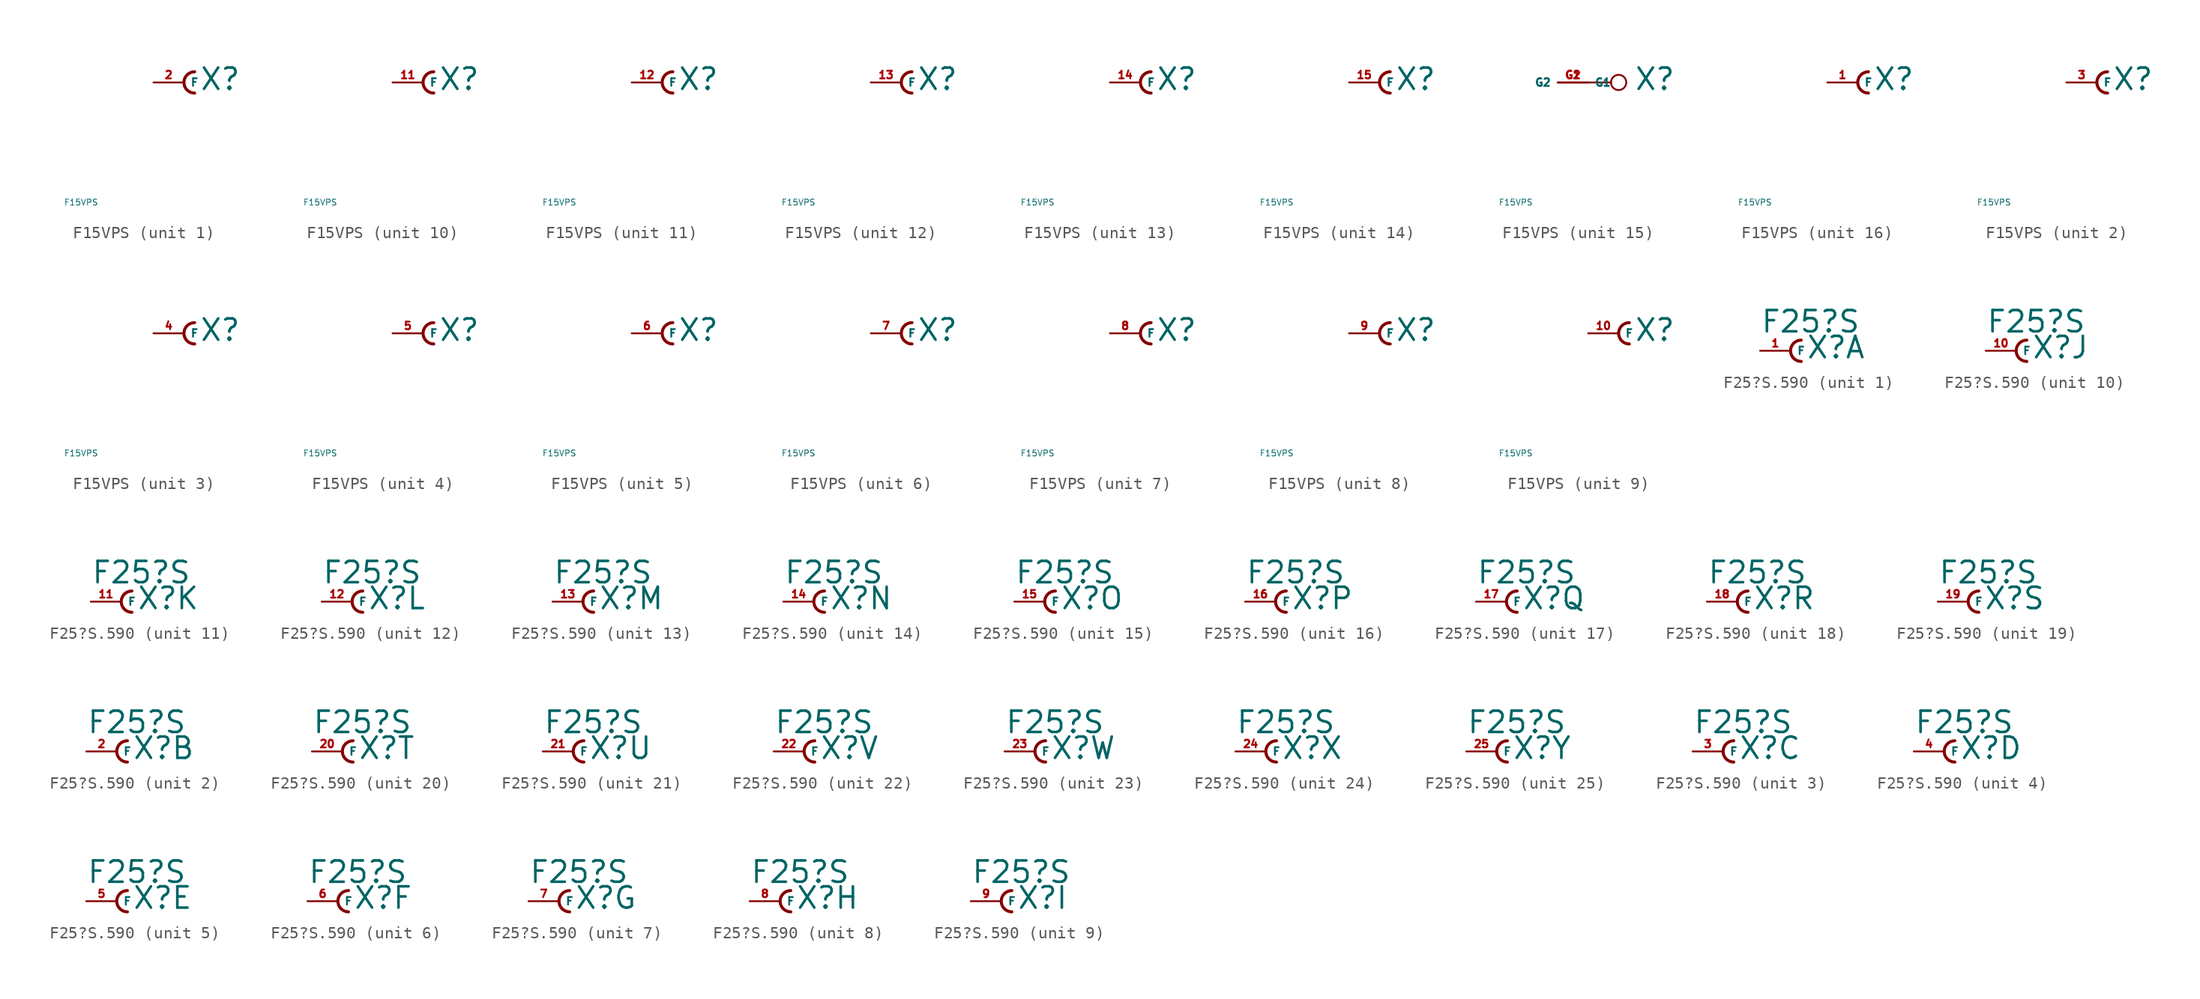
<source format=kicad_sym>
(kicad_symbol_lib
  (version 20220914)
  (generator Eagle2Kicad)
  (symbol "F15VPS"
    (property "Reference" "X"
      (at 1.27 -0.762 0)
      (effects (font (size 1.778 1.778) (thickness 0.22)) (justify left bottom)))
    (property "Value" "F15VPS"
      (at -10 -10 0)
      (effects (font (size 0.5 0.5) (thickness 0.06)) (justify left)))
    (symbol "F15VPS_1_0"
      (arc (start 0.889 0.889) (mid 0.000 0.000) (end 0.889 -0.889) (stroke (width 0.254) (type default)) (fill (type none)))
      (pin passive line (at -2.54 0 0) (length 2.54) (name "F" (effects (font (size 0.635 0.635) (thickness 0.08)) (justify left bottom))) (number "2" (effects (font (size 0.635 0.635) (thickness 0.08)) (justify left bottom)))))
    (symbol "F15VPS_2_0"
      (arc (start 0.889 0.889) (mid 0.000 0.000) (end 0.889 -0.889) (stroke (width 0.254) (type default)) (fill (type none)))
      (pin passive line (at -2.54 0 0) (length 2.54) (name "F" (effects (font (size 0.635 0.635) (thickness 0.08)) (justify left bottom))) (number "3" (effects (font (size 0.635 0.635) (thickness 0.08)) (justify left bottom)))))
    (symbol "F15VPS_3_0"
      (arc (start 0.889 0.889) (mid 0.000 0.000) (end 0.889 -0.889) (stroke (width 0.254) (type default)) (fill (type none)))
      (pin passive line (at -2.54 0 0) (length 2.54) (name "F" (effects (font (size 0.635 0.635) (thickness 0.08)) (justify left bottom))) (number "4" (effects (font (size 0.635 0.635) (thickness 0.08)) (justify left bottom)))))
    (symbol "F15VPS_4_0"
      (arc (start 0.889 0.889) (mid 0.000 0.000) (end 0.889 -0.889) (stroke (width 0.254) (type default)) (fill (type none)))
      (pin passive line (at -2.54 0 0) (length 2.54) (name "F" (effects (font (size 0.635 0.635) (thickness 0.08)) (justify left bottom))) (number "5" (effects (font (size 0.635 0.635) (thickness 0.08)) (justify left bottom)))))
    (symbol "F15VPS_5_0"
      (arc (start 0.889 0.889) (mid 0.000 0.000) (end 0.889 -0.889) (stroke (width 0.254) (type default)) (fill (type none)))
      (pin passive line (at -2.54 0 0) (length 2.54) (name "F" (effects (font (size 0.635 0.635) (thickness 0.08)) (justify left bottom))) (number "6" (effects (font (size 0.635 0.635) (thickness 0.08)) (justify left bottom)))))
    (symbol "F15VPS_6_0"
      (arc (start 0.889 0.889) (mid 0.000 0.000) (end 0.889 -0.889) (stroke (width 0.254) (type default)) (fill (type none)))
      (pin passive line (at -2.54 0 0) (length 2.54) (name "F" (effects (font (size 0.635 0.635) (thickness 0.08)) (justify left bottom))) (number "7" (effects (font (size 0.635 0.635) (thickness 0.08)) (justify left bottom)))))
    (symbol "F15VPS_7_0"
      (arc (start 0.889 0.889) (mid 0.000 0.000) (end 0.889 -0.889) (stroke (width 0.254) (type default)) (fill (type none)))
      (pin passive line (at -2.54 0 0) (length 2.54) (name "F" (effects (font (size 0.635 0.635) (thickness 0.08)) (justify left bottom))) (number "8" (effects (font (size 0.635 0.635) (thickness 0.08)) (justify left bottom)))))
    (symbol "F15VPS_8_0"
      (arc (start 0.889 0.889) (mid 0.000 0.000) (end 0.889 -0.889) (stroke (width 0.254) (type default)) (fill (type none)))
      (pin passive line (at -2.54 0 0) (length 2.54) (name "F" (effects (font (size 0.635 0.635) (thickness 0.08)) (justify left bottom))) (number "9" (effects (font (size 0.635 0.635) (thickness 0.08)) (justify left bottom)))))
    (symbol "F15VPS_9_0"
      (arc (start 0.889 0.889) (mid 0.000 0.000) (end 0.889 -0.889) (stroke (width 0.254) (type default)) (fill (type none)))
      (pin passive line (at -2.54 0 0) (length 2.54) (name "F" (effects (font (size 0.635 0.635) (thickness 0.08)) (justify left bottom))) (number "10" (effects (font (size 0.635 0.635) (thickness 0.08)) (justify left bottom)))))
    (symbol "F15VPS_10_0"
      (arc (start 0.889 0.889) (mid 0.000 0.000) (end 0.889 -0.889) (stroke (width 0.254) (type default)) (fill (type none)))
      (pin passive line (at -2.54 0 0) (length 2.54) (name "F" (effects (font (size 0.635 0.635) (thickness 0.08)) (justify left bottom))) (number "11" (effects (font (size 0.635 0.635) (thickness 0.08)) (justify left bottom)))))
    (symbol "F15VPS_11_0"
      (arc (start 0.889 0.889) (mid 0.000 0.000) (end 0.889 -0.889) (stroke (width 0.254) (type default)) (fill (type none)))
      (pin passive line (at -2.54 0 0) (length 2.54) (name "F" (effects (font (size 0.635 0.635) (thickness 0.08)) (justify left bottom))) (number "12" (effects (font (size 0.635 0.635) (thickness 0.08)) (justify left bottom)))))
    (symbol "F15VPS_12_0"
      (arc (start 0.889 0.889) (mid 0.000 0.000) (end 0.889 -0.889) (stroke (width 0.254) (type default)) (fill (type none)))
      (pin passive line (at -2.54 0 0) (length 2.54) (name "F" (effects (font (size 0.635 0.635) (thickness 0.08)) (justify left bottom))) (number "13" (effects (font (size 0.635 0.635) (thickness 0.08)) (justify left bottom)))))
    (symbol "F15VPS_13_0"
      (arc (start 0.889 0.889) (mid 0.000 0.000) (end 0.889 -0.889) (stroke (width 0.254) (type default)) (fill (type none)))
      (pin passive line (at -2.54 0 0) (length 2.54) (name "F" (effects (font (size 0.635 0.635) (thickness 0.08)) (justify left bottom))) (number "14" (effects (font (size 0.635 0.635) (thickness 0.08)) (justify left bottom)))))
    (symbol "F15VPS_14_0"
      (arc (start 0.889 0.889) (mid 0.000 0.000) (end 0.889 -0.889) (stroke (width 0.254) (type default)) (fill (type none)))
      (pin passive line (at -2.54 0 0) (length 2.54) (name "F" (effects (font (size 0.635 0.635) (thickness 0.08)) (justify left bottom))) (number "15" (effects (font (size 0.635 0.635) (thickness 0.08)) (justify left bottom)))))
    (symbol "F15VPS_15_0"
      (polyline (pts (xy -2.54 0) (xy -0.635 0)) (stroke (width 0.152) (type default)) (fill (type none)))
      (circle (center 0 0) (radius 0.635) (stroke (width 0.152) (type default)) (fill (type none)))
      (pin passive line (at -5.08 0 0) (length 2.54) (name "G1" (effects (font (size 0.635 0.635) (thickness 0.08)) (justify left bottom))) (number "G1" (effects (font (size 0.635 0.635) (thickness 0.08)) (justify left bottom))))
      (pin passive line (at -2.54 0 180) (length 2.54) (name "G2" (effects (font (size 0.635 0.635) (thickness 0.08)) (justify left bottom))) (number "G2" (effects (font (size 0.635 0.635) (thickness 0.08)) (justify left bottom)))))
    (symbol "F15VPS_16_0"
      (arc (start 0.889 0.889) (mid 0.000 0.000) (end 0.889 -0.889) (stroke (width 0.254) (type default)) (fill (type none)))
      (pin passive line (at -2.54 0 0) (length 2.54) (name "F" (effects (font (size 0.635 0.635) (thickness 0.08)) (justify left bottom))) (number "1" (effects (font (size 0.635 0.635) (thickness 0.08)) (justify left bottom))))))
  (symbol "F25?S.590"
    (property "Reference" "X"
      (at 1.27 -0.762 0)
      (effects (font (size 1.778 1.778) (thickness 0.22)) (justify left bottom)))
    (property "Value" "F25?S"
      (at -2.54 1.397 0)
      (effects (font (size 1.778 1.778) (thickness 0.22)) (justify left bottom)))
    (symbol "F25?S.590_1_0"
      (arc (start 0.889 0.889) (mid 0.000 0.000) (end 0.889 -0.889) (stroke (width 0.254) (type default)) (fill (type none)))
      (pin passive line (at -2.54 0 0) (length 2.54) (name "F" (effects (font (size 0.635 0.635) (thickness 0.08)) (justify left bottom))) (number "1" (effects (font (size 0.635 0.635) (thickness 0.08)) (justify left bottom)))))
    (symbol "F25?S.590_2_0"
      (arc (start 0.889 0.889) (mid 0.000 0.000) (end 0.889 -0.889) (stroke (width 0.254) (type default)) (fill (type none)))
      (pin passive line (at -2.54 0 0) (length 2.54) (name "F" (effects (font (size 0.635 0.635) (thickness 0.08)) (justify left bottom))) (number "2" (effects (font (size 0.635 0.635) (thickness 0.08)) (justify left bottom)))))
    (symbol "F25?S.590_3_0"
      (arc (start 0.889 0.889) (mid 0.000 0.000) (end 0.889 -0.889) (stroke (width 0.254) (type default)) (fill (type none)))
      (pin passive line (at -2.54 0 0) (length 2.54) (name "F" (effects (font (size 0.635 0.635) (thickness 0.08)) (justify left bottom))) (number "3" (effects (font (size 0.635 0.635) (thickness 0.08)) (justify left bottom)))))
    (symbol "F25?S.590_4_0"
      (arc (start 0.889 0.889) (mid 0.000 0.000) (end 0.889 -0.889) (stroke (width 0.254) (type default)) (fill (type none)))
      (pin passive line (at -2.54 0 0) (length 2.54) (name "F" (effects (font (size 0.635 0.635) (thickness 0.08)) (justify left bottom))) (number "4" (effects (font (size 0.635 0.635) (thickness 0.08)) (justify left bottom)))))
    (symbol "F25?S.590_5_0"
      (arc (start 0.889 0.889) (mid 0.000 0.000) (end 0.889 -0.889) (stroke (width 0.254) (type default)) (fill (type none)))
      (pin passive line (at -2.54 0 0) (length 2.54) (name "F" (effects (font (size 0.635 0.635) (thickness 0.08)) (justify left bottom))) (number "5" (effects (font (size 0.635 0.635) (thickness 0.08)) (justify left bottom)))))
    (symbol "F25?S.590_6_0"
      (arc (start 0.889 0.889) (mid 0.000 0.000) (end 0.889 -0.889) (stroke (width 0.254) (type default)) (fill (type none)))
      (pin passive line (at -2.54 0 0) (length 2.54) (name "F" (effects (font (size 0.635 0.635) (thickness 0.08)) (justify left bottom))) (number "6" (effects (font (size 0.635 0.635) (thickness 0.08)) (justify left bottom)))))
    (symbol "F25?S.590_7_0"
      (arc (start 0.889 0.889) (mid 0.000 0.000) (end 0.889 -0.889) (stroke (width 0.254) (type default)) (fill (type none)))
      (pin passive line (at -2.54 0 0) (length 2.54) (name "F" (effects (font (size 0.635 0.635) (thickness 0.08)) (justify left bottom))) (number "7" (effects (font (size 0.635 0.635) (thickness 0.08)) (justify left bottom)))))
    (symbol "F25?S.590_8_0"
      (arc (start 0.889 0.889) (mid 0.000 0.000) (end 0.889 -0.889) (stroke (width 0.254) (type default)) (fill (type none)))
      (pin passive line (at -2.54 0 0) (length 2.54) (name "F" (effects (font (size 0.635 0.635) (thickness 0.08)) (justify left bottom))) (number "8" (effects (font (size 0.635 0.635) (thickness 0.08)) (justify left bottom)))))
    (symbol "F25?S.590_9_0"
      (arc (start 0.889 0.889) (mid 0.000 0.000) (end 0.889 -0.889) (stroke (width 0.254) (type default)) (fill (type none)))
      (pin passive line (at -2.54 0 0) (length 2.54) (name "F" (effects (font (size 0.635 0.635) (thickness 0.08)) (justify left bottom))) (number "9" (effects (font (size 0.635 0.635) (thickness 0.08)) (justify left bottom)))))
    (symbol "F25?S.590_10_0"
      (arc (start 0.889 0.889) (mid 0.000 0.000) (end 0.889 -0.889) (stroke (width 0.254) (type default)) (fill (type none)))
      (pin passive line (at -2.54 0 0) (length 2.54) (name "F" (effects (font (size 0.635 0.635) (thickness 0.08)) (justify left bottom))) (number "10" (effects (font (size 0.635 0.635) (thickness 0.08)) (justify left bottom)))))
    (symbol "F25?S.590_11_0"
      (arc (start 0.889 0.889) (mid 0.000 0.000) (end 0.889 -0.889) (stroke (width 0.254) (type default)) (fill (type none)))
      (pin passive line (at -2.54 0 0) (length 2.54) (name "F" (effects (font (size 0.635 0.635) (thickness 0.08)) (justify left bottom))) (number "11" (effects (font (size 0.635 0.635) (thickness 0.08)) (justify left bottom)))))
    (symbol "F25?S.590_12_0"
      (arc (start 0.889 0.889) (mid 0.000 0.000) (end 0.889 -0.889) (stroke (width 0.254) (type default)) (fill (type none)))
      (pin passive line (at -2.54 0 0) (length 2.54) (name "F" (effects (font (size 0.635 0.635) (thickness 0.08)) (justify left bottom))) (number "12" (effects (font (size 0.635 0.635) (thickness 0.08)) (justify left bottom)))))
    (symbol "F25?S.590_13_0"
      (arc (start 0.889 0.889) (mid 0.000 0.000) (end 0.889 -0.889) (stroke (width 0.254) (type default)) (fill (type none)))
      (pin passive line (at -2.54 0 0) (length 2.54) (name "F" (effects (font (size 0.635 0.635) (thickness 0.08)) (justify left bottom))) (number "13" (effects (font (size 0.635 0.635) (thickness 0.08)) (justify left bottom)))))
    (symbol "F25?S.590_14_0"
      (arc (start 0.889 0.889) (mid 0.000 0.000) (end 0.889 -0.889) (stroke (width 0.254) (type default)) (fill (type none)))
      (pin passive line (at -2.54 0 0) (length 2.54) (name "F" (effects (font (size 0.635 0.635) (thickness 0.08)) (justify left bottom))) (number "14" (effects (font (size 0.635 0.635) (thickness 0.08)) (justify left bottom)))))
    (symbol "F25?S.590_15_0"
      (arc (start 0.889 0.889) (mid 0.000 0.000) (end 0.889 -0.889) (stroke (width 0.254) (type default)) (fill (type none)))
      (pin passive line (at -2.54 0 0) (length 2.54) (name "F" (effects (font (size 0.635 0.635) (thickness 0.08)) (justify left bottom))) (number "15" (effects (font (size 0.635 0.635) (thickness 0.08)) (justify left bottom)))))
    (symbol "F25?S.590_16_0"
      (arc (start 0.889 0.889) (mid 0.000 0.000) (end 0.889 -0.889) (stroke (width 0.254) (type default)) (fill (type none)))
      (pin passive line (at -2.54 0 0) (length 2.54) (name "F" (effects (font (size 0.635 0.635) (thickness 0.08)) (justify left bottom))) (number "16" (effects (font (size 0.635 0.635) (thickness 0.08)) (justify left bottom)))))
    (symbol "F25?S.590_17_0"
      (arc (start 0.889 0.889) (mid 0.000 0.000) (end 0.889 -0.889) (stroke (width 0.254) (type default)) (fill (type none)))
      (pin passive line (at -2.54 0 0) (length 2.54) (name "F" (effects (font (size 0.635 0.635) (thickness 0.08)) (justify left bottom))) (number "17" (effects (font (size 0.635 0.635) (thickness 0.08)) (justify left bottom)))))
    (symbol "F25?S.590_18_0"
      (arc (start 0.889 0.889) (mid 0.000 0.000) (end 0.889 -0.889) (stroke (width 0.254) (type default)) (fill (type none)))
      (pin passive line (at -2.54 0 0) (length 2.54) (name "F" (effects (font (size 0.635 0.635) (thickness 0.08)) (justify left bottom))) (number "18" (effects (font (size 0.635 0.635) (thickness 0.08)) (justify left bottom)))))
    (symbol "F25?S.590_19_0"
      (arc (start 0.889 0.889) (mid 0.000 0.000) (end 0.889 -0.889) (stroke (width 0.254) (type default)) (fill (type none)))
      (pin passive line (at -2.54 0 0) (length 2.54) (name "F" (effects (font (size 0.635 0.635) (thickness 0.08)) (justify left bottom))) (number "19" (effects (font (size 0.635 0.635) (thickness 0.08)) (justify left bottom)))))
    (symbol "F25?S.590_20_0"
      (arc (start 0.889 0.889) (mid 0.000 0.000) (end 0.889 -0.889) (stroke (width 0.254) (type default)) (fill (type none)))
      (pin passive line (at -2.54 0 0) (length 2.54) (name "F" (effects (font (size 0.635 0.635) (thickness 0.08)) (justify left bottom))) (number "20" (effects (font (size 0.635 0.635) (thickness 0.08)) (justify left bottom)))))
    (symbol "F25?S.590_21_0"
      (arc (start 0.889 0.889) (mid 0.000 0.000) (end 0.889 -0.889) (stroke (width 0.254) (type default)) (fill (type none)))
      (pin passive line (at -2.54 0 0) (length 2.54) (name "F" (effects (font (size 0.635 0.635) (thickness 0.08)) (justify left bottom))) (number "21" (effects (font (size 0.635 0.635) (thickness 0.08)) (justify left bottom)))))
    (symbol "F25?S.590_22_0"
      (arc (start 0.889 0.889) (mid 0.000 0.000) (end 0.889 -0.889) (stroke (width 0.254) (type default)) (fill (type none)))
      (pin passive line (at -2.54 0 0) (length 2.54) (name "F" (effects (font (size 0.635 0.635) (thickness 0.08)) (justify left bottom))) (number "22" (effects (font (size 0.635 0.635) (thickness 0.08)) (justify left bottom)))))
    (symbol "F25?S.590_23_0"
      (arc (start 0.889 0.889) (mid 0.000 0.000) (end 0.889 -0.889) (stroke (width 0.254) (type default)) (fill (type none)))
      (pin passive line (at -2.54 0 0) (length 2.54) (name "F" (effects (font (size 0.635 0.635) (thickness 0.08)) (justify left bottom))) (number "23" (effects (font (size 0.635 0.635) (thickness 0.08)) (justify left bottom)))))
    (symbol "F25?S.590_24_0"
      (arc (start 0.889 0.889) (mid 0.000 0.000) (end 0.889 -0.889) (stroke (width 0.254) (type default)) (fill (type none)))
      (pin passive line (at -2.54 0 0) (length 2.54) (name "F" (effects (font (size 0.635 0.635) (thickness 0.08)) (justify left bottom))) (number "24" (effects (font (size 0.635 0.635) (thickness 0.08)) (justify left bottom)))))
    (symbol "F25?S.590_25_0"
      (arc (start 0.889 0.889) (mid 0.000 0.000) (end 0.889 -0.889) (stroke (width 0.254) (type default)) (fill (type none)))
      (pin passive line (at -2.54 0 0) (length 2.54) (name "F" (effects (font (size 0.635 0.635) (thickness 0.08)) (justify left bottom))) (number "25" (effects (font (size 0.635 0.635) (thickness 0.08)) (justify left bottom)))))))
</source>
